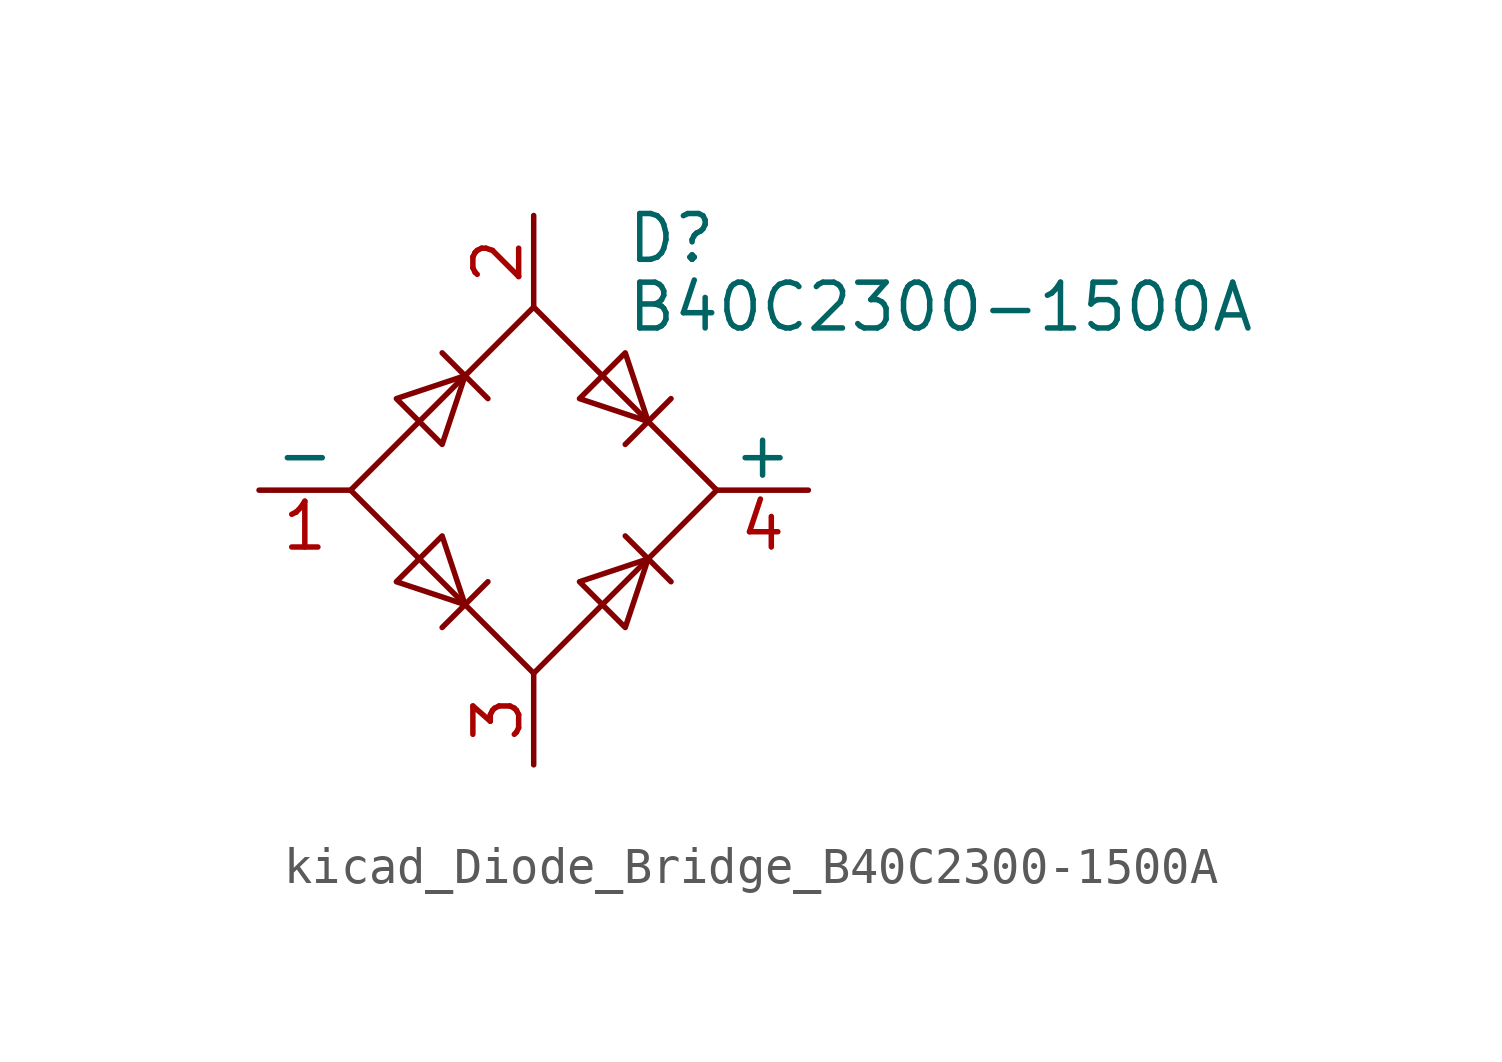
<source format=kicad_sym>
(kicad_symbol_lib
  (version 20220914)
  (generator kicad_symbol_editor)
  (symbol "kicad_Diode_Bridge_B40C2300-1500A"
    (pin_names
      (offset 0))
    (property "Reference" "D"
      (at 2.54 6.985 0)
      (effects (font (size 1.27 1.27)) (justify left)))
    (property "Value" "B40C2300-1500A"
      (at 2.54 5.08 0)
      (effects (font (size 1.27 1.27)) (justify left)))
    (symbol "kicad_Diode_Bridge_B40C2300-1500A_0_1"
      (polyline (pts (xy -2.54 3.81) (xy -1.27 2.54)) (stroke (width 0) (type default)) (fill (type none)))
      (polyline (pts (xy -1.27 -2.54) (xy -2.54 -3.81)) (stroke (width 0) (type default)) (fill (type none)))
      (polyline (pts (xy 2.54 -1.27) (xy 3.81 -2.54)) (stroke (width 0) (type default)) (fill (type none)))
      (polyline (pts (xy 2.54 1.27) (xy 3.81 2.54)) (stroke (width 0) (type default)) (fill (type none)))
      (polyline (pts (xy -3.81 2.54) (xy -2.54 1.27) (xy -1.905 3.175) (xy -3.81 2.54)) (stroke (width 0) (type default)) (fill (type none)))
      (polyline (pts (xy -2.54 -1.27) (xy -3.81 -2.54) (xy -1.905 -3.175) (xy -2.54 -1.27)) (stroke (width 0) (type default)) (fill (type none)))
      (polyline (pts (xy 1.27 2.54) (xy 2.54 3.81) (xy 3.175 1.905) (xy 1.27 2.54)) (stroke (width 0) (type default)) (fill (type none)))
      (polyline (pts (xy 3.175 -1.905) (xy 1.27 -2.54) (xy 2.54 -3.81) (xy 3.175 -1.905)) (stroke (width 0) (type default)) (fill (type none)))
      (polyline (pts (xy -5.08 0) (xy 0 -5.08) (xy 5.08 0) (xy 0 5.08) (xy -5.08 0)) (stroke (width 0) (type default)) (fill (type none))))
    (symbol "kicad_Diode_Bridge_B40C2300-1500A_1_1"
      (pin passive line (at -7.62 0 0) (length 2.54) (name "-" (effects (font (size 1.27 1.27)))) (number "1" (effects (font (size 1.27 1.27)))))
      (pin passive line (at 0 7.62 270) (length 2.54) (name "~" (effects (font (size 1.27 1.27)))) (number "2" (effects (font (size 1.27 1.27)))))
      (pin passive line (at 0 -7.62 90) (length 2.54) (name "~" (effects (font (size 1.27 1.27)))) (number "3" (effects (font (size 1.27 1.27)))))
      (pin passive line (at 7.62 0 180) (length 2.54) (name "+" (effects (font (size 1.27 1.27)))) (number "4" (effects (font (size 1.27 1.27))))))))
</source>
